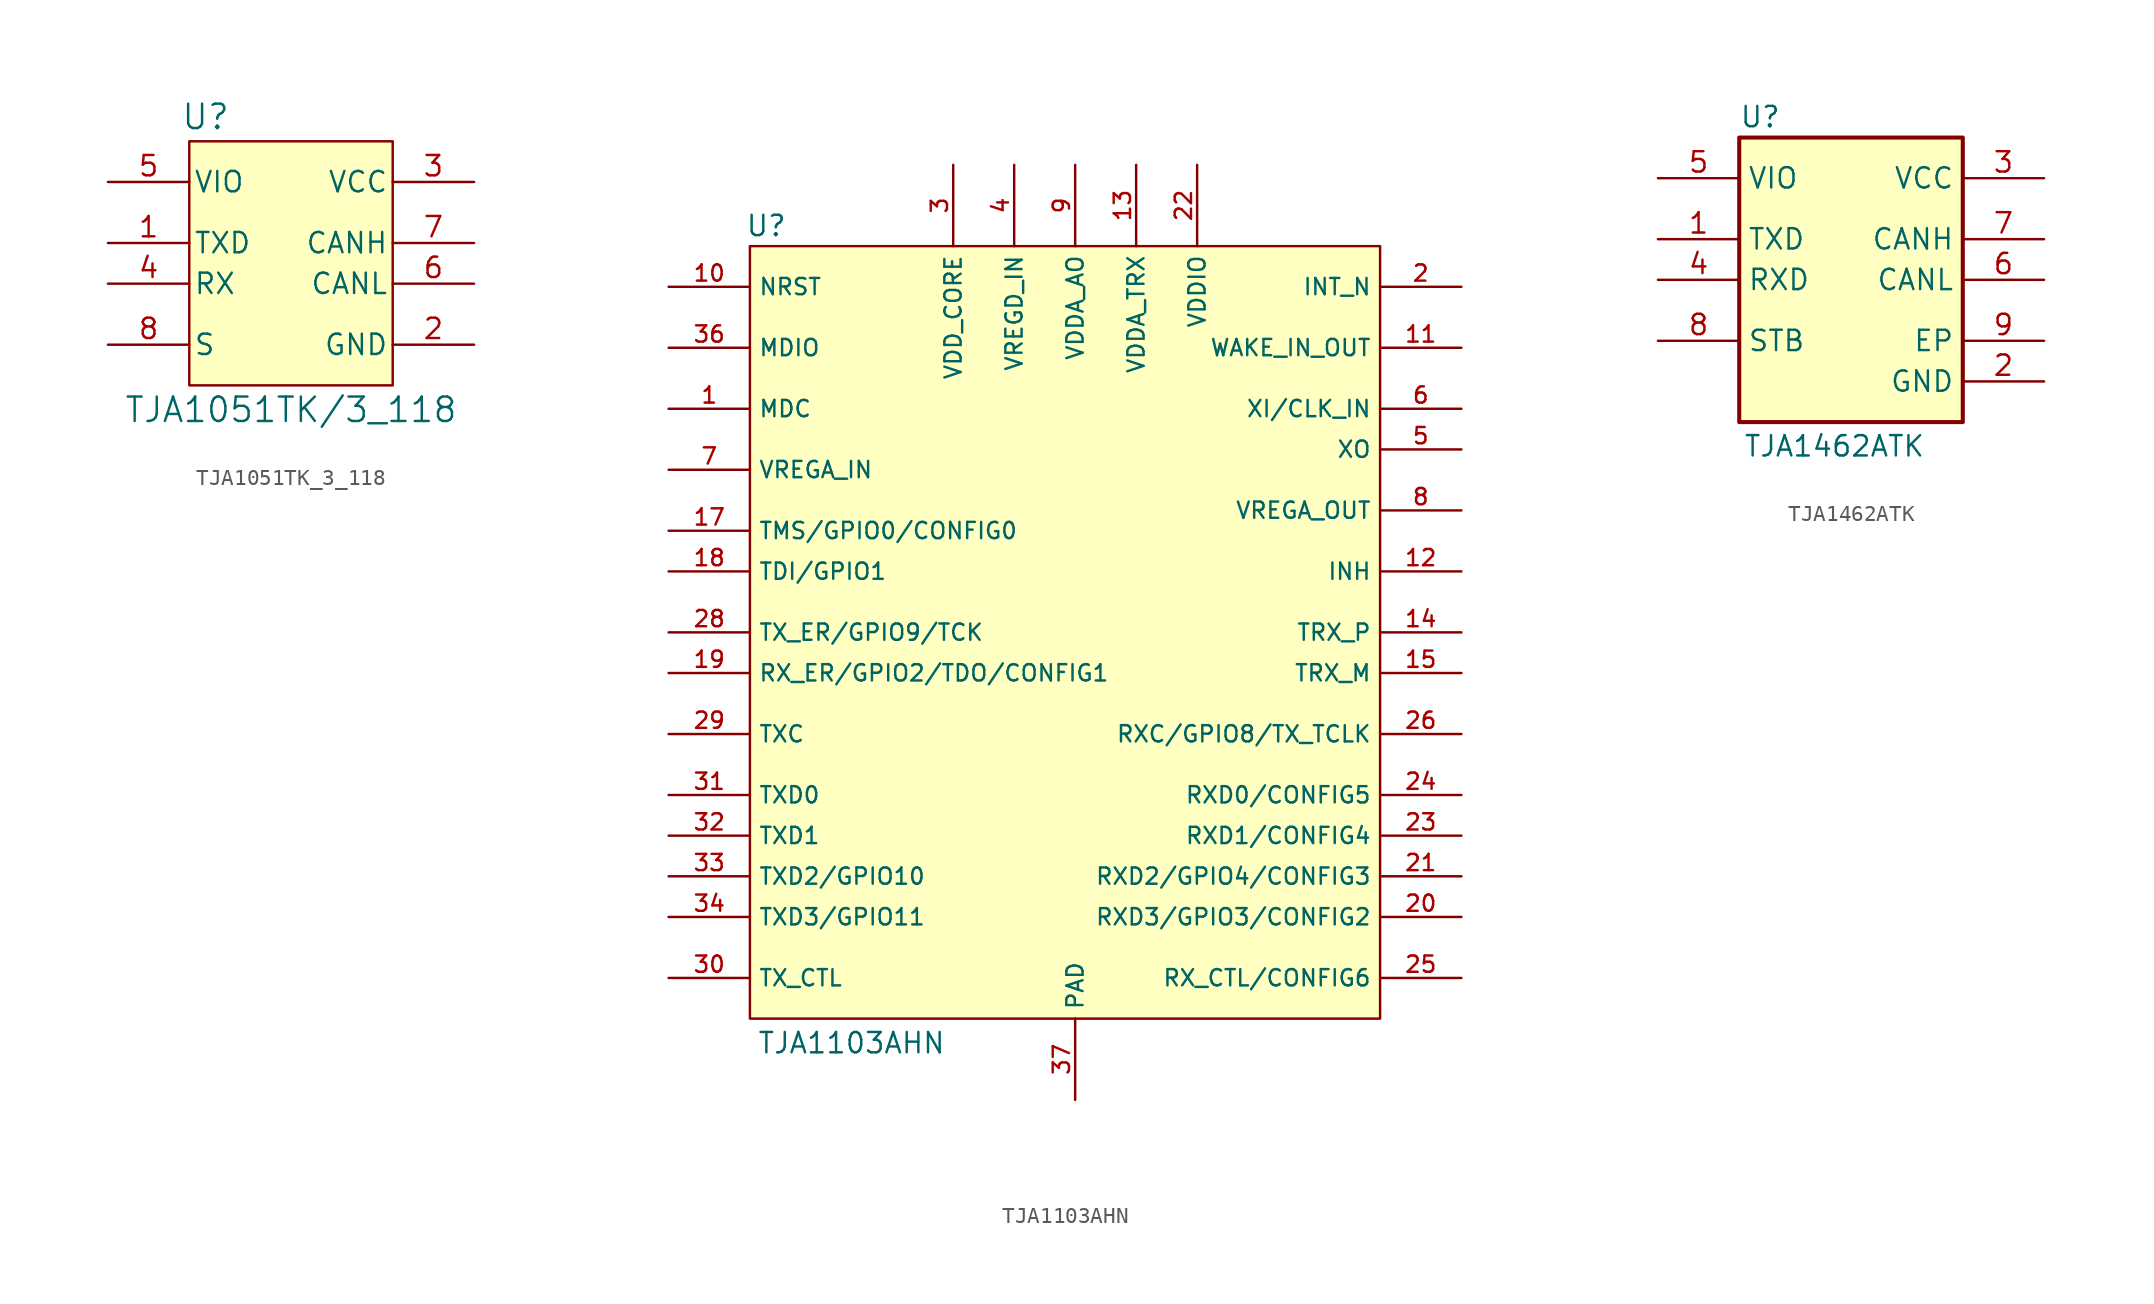
<source format=kicad_sym>
(kicad_symbol_lib
  (version 20231120)
  (generator "kicad_symbol_editor")
  (generator_version "8.0")
  (symbol "TJA1051TK_3_118"
    (pin_names
      (offset 0.254))
    (property "Reference" "U"
      (at -5.334 9.144 0)
      (effects (font (size 1.524 1.524))))
    (property "Value" "TJA1051TK/3_118"
      (at 0 -9.144 0)
      (effects (font (size 1.524 1.524))))
    (symbol "TJA1051TK_3_118_1_1"
      (rectangle (start -6.35 7.62) (end 6.35 -7.62) (stroke (width 0) (type default)) (fill (type background)))
      (pin output line (at -11.43 1.27 0) (length 5.08) (name "TXD" (effects (font (size 1.27 1.27)))) (number "1" (effects (font (size 1.27 1.27)))))
      (pin power_in line (at 11.43 -5.08 180) (length 5.08) (name "GND" (effects (font (size 1.27 1.27)))) (number "2" (effects (font (size 1.27 1.27)))))
      (pin power_in line (at 11.43 5.08 180) (length 5.08) (name "VCC" (effects (font (size 1.27 1.27)))) (number "3" (effects (font (size 1.27 1.27)))))
      (pin input line (at -11.43 -1.27 0) (length 5.08) (name "RX" (effects (font (size 1.27 1.27)))) (number "4" (effects (font (size 1.27 1.27)))))
      (pin power_in line (at -11.43 5.08 0) (length 5.08) (name "VIO" (effects (font (size 1.27 1.27)))) (number "5" (effects (font (size 1.27 1.27)))))
      (pin bidirectional line (at 11.43 -1.27 180) (length 5.08) (name "CANL" (effects (font (size 1.27 1.27)))) (number "6" (effects (font (size 1.27 1.27)))))
      (pin bidirectional line (at 11.43 1.27 180) (length 5.08) (name "CANH" (effects (font (size 1.27 1.27)))) (number "7" (effects (font (size 1.27 1.27)))))
      (pin input line (at -11.43 -5.08 0) (length 5.08) (name "S" (effects (font (size 1.27 1.27)))) (number "8" (effects (font (size 1.27 1.27)))))))
  (symbol "TJA1103AHN"
    (property "Reference" "U"
      (at -19.304 25.4 0)
      (effects (font (size 1.27 1.27))))
    (property "Value" "TJA1103AHN"
      (at -13.97 -25.654 0)
      (effects (font (size 1.27 1.27))))
    (symbol "TJA1103AHN_1_0"
      (pin input line (at -25.4 13.97 0) (length 5.08) (name "MDC" (effects (font (size 1.016 1.016)))) (number "1" (effects (font (size 1.016 1.016)))))
      (pin input line (at -25.4 21.59 0) (length 5.08) (name "NRST" (effects (font (size 1.016 1.016)))) (number "10" (effects (font (size 1.016 1.016)))))
      (pin bidirectional line (at 24.13 17.78 180) (length 5.08) (name "WAKE_IN_OUT" (effects (font (size 1.016 1.016)))) (number "11" (effects (font (size 1.016 1.016)))))
      (pin output line (at 24.13 3.81 180) (length 5.08) (name "INH" (effects (font (size 1.016 1.016)))) (number "12" (effects (font (size 1.016 1.016)))))
      (pin power_in line (at 3.81 29.21 270) (length 5.08) (name "VDDA_TRX" (effects (font (size 1.016 1.016)))) (number "13" (effects (font (size 1.016 1.016)))))
      (pin bidirectional line (at 24.13 0 180) (length 5.08) (name "TRX_P" (effects (font (size 1.016 1.016)))) (number "14" (effects (font (size 1.016 1.016)))))
      (pin bidirectional line (at 24.13 -2.54 180) (length 5.08) (name "TRX_M" (effects (font (size 1.016 1.016)))) (number "15" (effects (font (size 1.016 1.016)))))
      (pin power_in line (at 3.81 29.21 270) (length 5.08) hide (name "VDDA_TRX" (effects (font (size 1.016 1.016)))) (number "16" (effects (font (size 1.016 1.016)))))
      (pin bidirectional line (at -25.4 6.35 0) (length 5.08) (name "TMS/GPIO0/CONFIG0" (effects (font (size 1.016 1.016)))) (number "17" (effects (font (size 1.016 1.016)))))
      (pin bidirectional line (at -25.4 3.81 0) (length 5.08) (name "TDI/GPIO1" (effects (font (size 1.016 1.016)))) (number "18" (effects (font (size 1.016 1.016)))))
      (pin bidirectional line (at -25.4 -2.54 0) (length 5.08) (name "RX_ER/GPIO2/TDO/CONFIG1" (effects (font (size 1.016 1.016)))) (number "19" (effects (font (size 1.016 1.016)))))
      (pin output line (at 24.13 21.59 180) (length 5.08) (name "INT_N" (effects (font (size 1.016 1.016)))) (number "2" (effects (font (size 1.016 1.016)))))
      (pin bidirectional line (at 24.13 -17.78 180) (length 5.08) (name "RXD3/GPIO3/CONFIG2" (effects (font (size 1.016 1.016)))) (number "20" (effects (font (size 1.016 1.016)))))
      (pin bidirectional line (at 24.13 -15.24 180) (length 5.08) (name "RXD2/GPIO4/CONFIG3" (effects (font (size 1.016 1.016)))) (number "21" (effects (font (size 1.016 1.016)))))
      (pin power_in line (at 7.62 29.21 270) (length 5.08) (name "VDDIO" (effects (font (size 1.016 1.016)))) (number "22" (effects (font (size 1.016 1.016)))))
      (pin bidirectional line (at 24.13 -12.7 180) (length 5.08) (name "RXD1/CONFIG4" (effects (font (size 1.016 1.016)))) (number "23" (effects (font (size 1.016 1.016)))))
      (pin bidirectional line (at 24.13 -10.16 180) (length 5.08) (name "RXD0/CONFIG5" (effects (font (size 1.016 1.016)))) (number "24" (effects (font (size 1.016 1.016)))))
      (pin bidirectional line (at 24.13 -21.59 180) (length 5.08) (name "RX_CTL/CONFIG6" (effects (font (size 1.016 1.016)))) (number "25" (effects (font (size 1.016 1.016)))))
      (pin bidirectional line (at 24.13 -6.35 180) (length 5.08) (name "RXC/GPIO8/TX_TCLK" (effects (font (size 1.016 1.016)))) (number "26" (effects (font (size 1.016 1.016)))))
      (pin power_in line (at 7.62 29.21 270) (length 5.08) hide (name "VDDIO" (effects (font (size 1.016 1.016)))) (number "27" (effects (font (size 1.016 1.016)))))
      (pin bidirectional line (at -25.4 0 0) (length 5.08) (name "TX_ER/GPIO9/TCK" (effects (font (size 1.016 1.016)))) (number "28" (effects (font (size 1.016 1.016)))))
      (pin bidirectional line (at -25.4 -6.35 0) (length 5.08) (name "TXC" (effects (font (size 1.016 1.016)))) (number "29" (effects (font (size 1.016 1.016)))))
      (pin power_in line (at -7.62 29.21 270) (length 5.08) (name "VDD_CORE" (effects (font (size 1.016 1.016)))) (number "3" (effects (font (size 1.016 1.016)))))
      (pin input line (at -25.4 -21.59 0) (length 5.08) (name "TX_CTL" (effects (font (size 1.016 1.016)))) (number "30" (effects (font (size 1.016 1.016)))))
      (pin input line (at -25.4 -10.16 0) (length 5.08) (name "TXD0" (effects (font (size 1.016 1.016)))) (number "31" (effects (font (size 1.016 1.016)))))
      (pin input line (at -25.4 -12.7 0) (length 5.08) (name "TXD1" (effects (font (size 1.016 1.016)))) (number "32" (effects (font (size 1.016 1.016)))))
      (pin bidirectional line (at -25.4 -15.24 0) (length 5.08) (name "TXD2/GPIO10" (effects (font (size 1.016 1.016)))) (number "33" (effects (font (size 1.016 1.016)))))
      (pin bidirectional line (at -25.4 -17.78 0) (length 5.08) (name "TXD3/GPIO11" (effects (font (size 1.016 1.016)))) (number "34" (effects (font (size 1.016 1.016)))))
      (pin power_in line (at 7.62 29.21 270) (length 5.08) hide (name "VDDIO" (effects (font (size 1.016 1.016)))) (number "35" (effects (font (size 1.016 1.016)))))
      (pin bidirectional line (at -25.4 17.78 0) (length 5.08) (name "MDIO" (effects (font (size 1.016 1.016)))) (number "36" (effects (font (size 1.016 1.016)))))
      (pin power_in line (at 0 -29.21 90) (length 5.08) (name "PAD" (effects (font (size 1.016 1.016)))) (number "37" (effects (font (size 1.016 1.016)))))
      (pin power_in line (at -3.81 29.21 270) (length 5.08) (name "VREGD_IN" (effects (font (size 1.016 1.016)))) (number "4" (effects (font (size 1.016 1.016)))))
      (pin output line (at 24.13 11.43 180) (length 5.08) (name "XO" (effects (font (size 1.016 1.016)))) (number "5" (effects (font (size 1.016 1.016)))))
      (pin input line (at 24.13 13.97 180) (length 5.08) (name "XI/CLK_IN" (effects (font (size 1.016 1.016)))) (number "6" (effects (font (size 1.016 1.016)))))
      (pin power_in line (at -25.4 10.16 0) (length 5.08) (name "VREGA_IN" (effects (font (size 1.016 1.016)))) (number "7" (effects (font (size 1.016 1.016)))))
      (pin power_in line (at 24.13 7.62 180) (length 5.08) (name "VREGA_OUT" (effects (font (size 1.016 1.016)))) (number "8" (effects (font (size 1.016 1.016)))))
      (pin power_in line (at 0 29.21 270) (length 5.08) (name "VDDA_AO" (effects (font (size 1.016 1.016)))) (number "9" (effects (font (size 1.016 1.016))))))
    (symbol "TJA1103AHN_1_1"
      (rectangle (start -20.32 24.13) (end 19.05 -24.13) (stroke (width 0) (type default)) (fill (type background)))))
  (symbol "TJA1462ATK"
    (property "Reference" "U"
      (at -6.35 10.922 0)
      (effects (font (size 1.27 1.27)) (justify left top)))
    (property "Value" "TJA1462ATK"
      (at -6.096 -9.652 0)
      (effects (font (size 1.27 1.27)) (justify left top)))
    (symbol "TJA1462ATK_1_1"
      (rectangle (start -6.35 8.89) (end 7.62 -8.89) (stroke (width 0.254) (type default)) (fill (type background)))
      (pin passive line (at -11.43 2.54 0) (length 5.08) (name "TXD" (effects (font (size 1.27 1.27)))) (number "1" (effects (font (size 1.27 1.27)))))
      (pin passive line (at 12.7 -6.35 180) (length 5.08) (name "GND" (effects (font (size 1.27 1.27)))) (number "2" (effects (font (size 1.27 1.27)))))
      (pin passive line (at 12.7 6.35 180) (length 5.08) (name "VCC" (effects (font (size 1.27 1.27)))) (number "3" (effects (font (size 1.27 1.27)))))
      (pin passive line (at -11.43 0 0) (length 5.08) (name "RXD" (effects (font (size 1.27 1.27)))) (number "4" (effects (font (size 1.27 1.27)))))
      (pin passive line (at -11.43 6.35 0) (length 5.08) (name "VIO" (effects (font (size 1.27 1.27)))) (number "5" (effects (font (size 1.27 1.27)))))
      (pin passive line (at 12.7 0 180) (length 5.08) (name "CANL" (effects (font (size 1.27 1.27)))) (number "6" (effects (font (size 1.27 1.27)))))
      (pin passive line (at 12.7 2.54 180) (length 5.08) (name "CANH" (effects (font (size 1.27 1.27)))) (number "7" (effects (font (size 1.27 1.27)))))
      (pin passive line (at -11.43 -3.81 0) (length 5.08) (name "STB" (effects (font (size 1.27 1.27)))) (number "8" (effects (font (size 1.27 1.27)))))
      (pin passive line (at 12.7 -3.81 180) (length 5.08) (name "EP" (effects (font (size 1.27 1.27)))) (number "9" (effects (font (size 1.27 1.27))))))))
</source>
